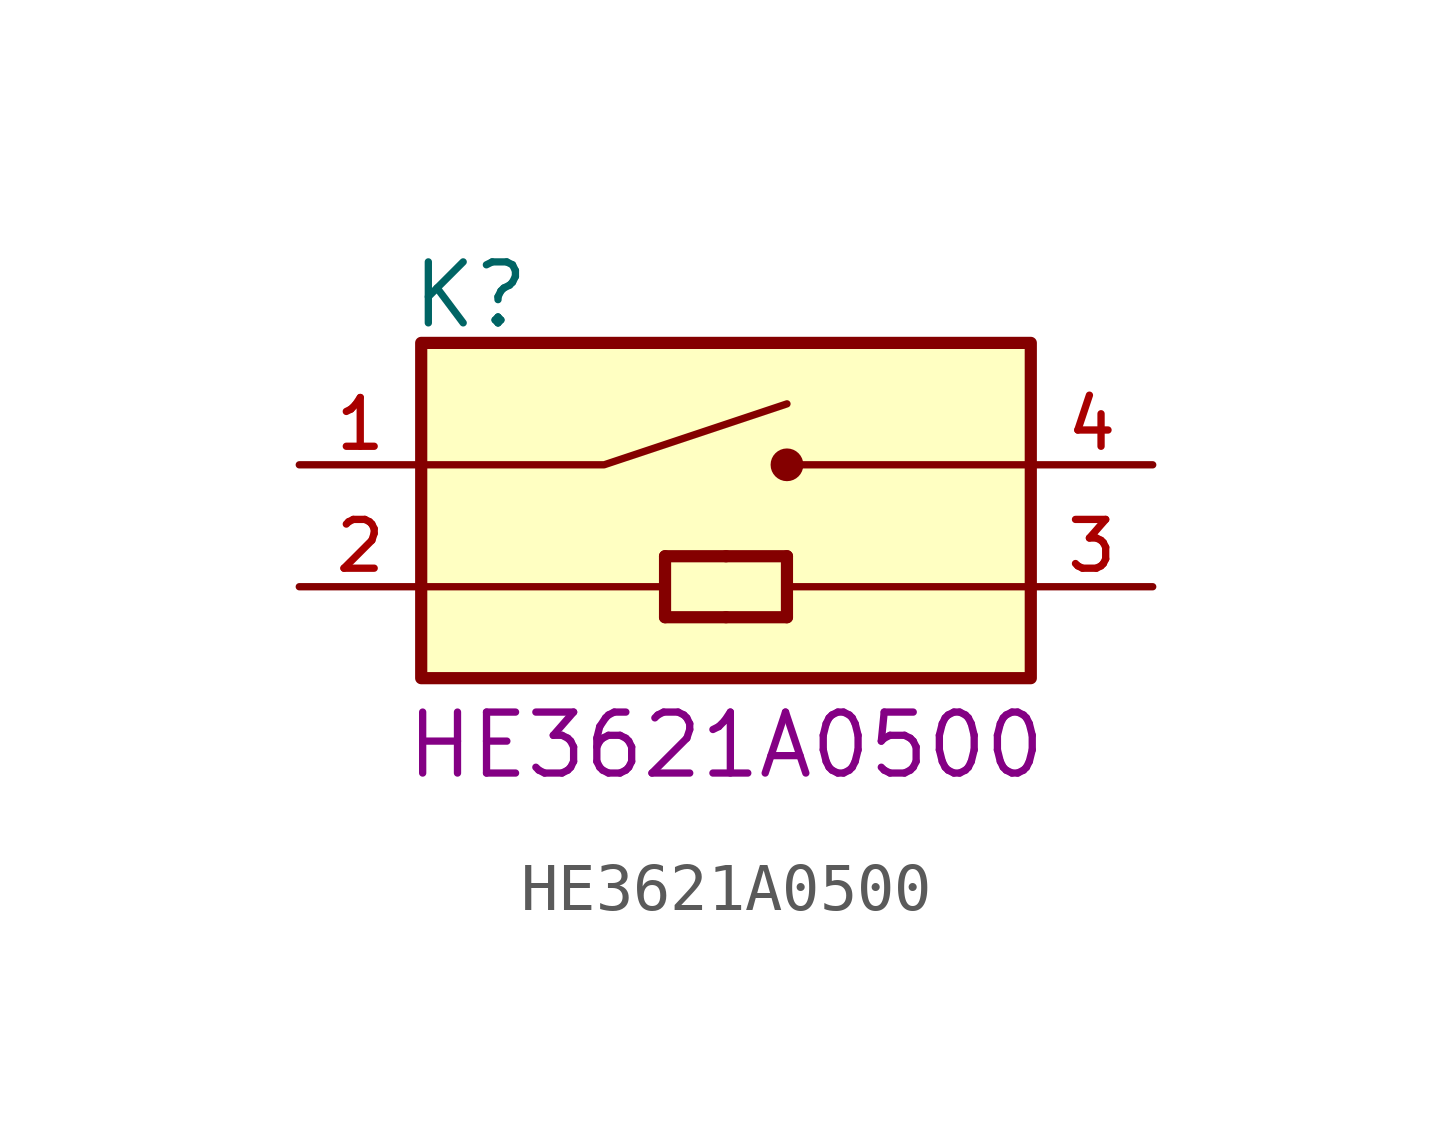
<source format=kicad_sym>
(kicad_symbol_lib
  (version 20241209)
  (generator "kicad_symbol_editor")
  (generator_version "9.0")
  (symbol "HE3621A0500"
    (pin_names
      (offset 1.016))
    (property "Reference" "K"
      (at 2.286 2.794 0)
      (effects (font (size 1.27 1.27)) (justify left bottom)))
    (property "PartNumber" "HE3621A0500"
      (at 8.89 -5.842 0)
      (effects (font (size 1.27 1.27))))
    (symbol "HE3621A0500_0_0"
      (rectangle (start 2.54 2.54) (end 15.24 -4.445) (stroke (width 0.254) (type default)) (fill (type background)))
      (polyline (pts (xy 7.62 -1.905) (xy 8.89 -1.905)) (stroke (width 0.254) (type default)) (fill (type none)))
      (polyline (pts (xy 7.62 -3.175) (xy 7.62 -1.905)) (stroke (width 0.254) (type default)) (fill (type none)))
      (polyline (pts (xy 8.89 -1.905) (xy 10.16 -1.905)) (stroke (width 0.254) (type default)) (fill (type none)))
      (polyline (pts (xy 8.89 -3.175) (xy 7.62 -3.175)) (stroke (width 0.254) (type default)) (fill (type none)))
      (polyline (pts (xy 10.16 -1.905) (xy 10.16 -3.175)) (stroke (width 0.254) (type default)) (fill (type none)))
      (polyline (pts (xy 10.16 -3.175) (xy 8.89 -3.175)) (stroke (width 0.254) (type default)) (fill (type none)))
      (pin passive line (at 0 -2.54 0) (length 2.54) (name "~" (effects (font (size 1.016 1.016)))) (number "2" (effects (font (size 1.016 1.016)))))
      (pin passive line (at 17.78 -2.54 180) (length 2.54) (name "~" (effects (font (size 1.016 1.016)))) (number "3" (effects (font (size 1.016 1.016))))))
    (symbol "HE3621A0500_0_1"
      (polyline (pts (xy 2.54 0) (xy 6.35 0) (xy 10.16 1.27)) (stroke (width 0) (type default)) (fill (type none)))
      (polyline (pts (xy 15.24 0) (xy 10.16 0)) (stroke (width 0) (type default)) (fill (type none))))
    (symbol "HE3621A0500_1_0"
      (pin passive line (at 0 0 0) (length 2.54) (name "~" (effects (font (size 1.016 1.016)))) (number "1" (effects (font (size 1.016 1.016)))))
      (pin passive line (at 17.78 0 180) (length 2.54) (name "~" (effects (font (size 1.016 1.016)))) (number "4" (effects (font (size 1.016 1.016))))))
    (symbol "HE3621A0500_1_1"
      (polyline (pts (xy 2.54 -2.54) (xy 7.62 -2.54)) (stroke (width 0) (type default)) (fill (type none)))
      (circle (center 10.16 0) (radius 0.265) (stroke (width 0) (type default)) (fill (type outline)))
      (polyline (pts (xy 10.16 -2.54) (xy 15.24 -2.54)) (stroke (width 0) (type default)) (fill (type none))))))
</source>
